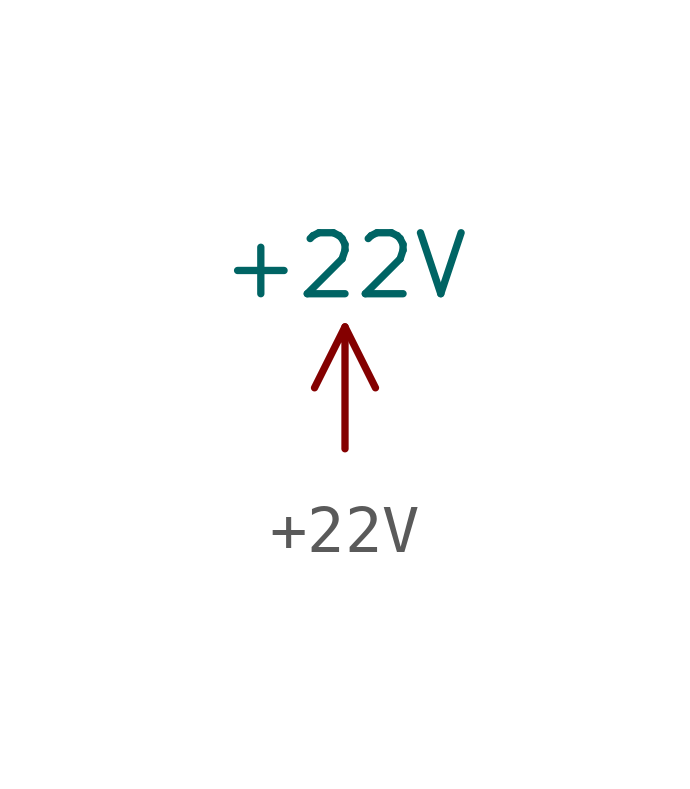
<source format=kicad_sym>
(kicad_symbol_lib
  (version 20211014)
  (generator kicad_symbol_editor)
  (symbol "+22V"
    (power)
    (pin_names
      (offset 0))
    (property "Reference" "#PWR"
      (at 0 -1.905 0)
      (effects (font (size 1.27 1.27)) hide))
    (property "Value" "+22V"
      (at 0 3.81 0)
      (effects (font (size 1.27 1.27))))
    (symbol "+22V_0_1"
      (polyline (pts (xy 0 2.54) (xy 0.635 1.27)) (stroke (width 0) (type default) (color 0 0 0 0)) (fill (type none)))
      (polyline (pts (xy 0 0) (xy 0 2.54) (xy -0.635 1.27)) (stroke (width 0) (type default) (color 0 0 0 0)) (fill (type none))))
    (symbol "+22V_1_1"
      (pin power_out line (at 0 0 90) (length 0) hide (name "+22V" (effects (font (size 1.27 1.27)))) (number "1" (effects (font (size 1.27 1.27))))))))
</source>
